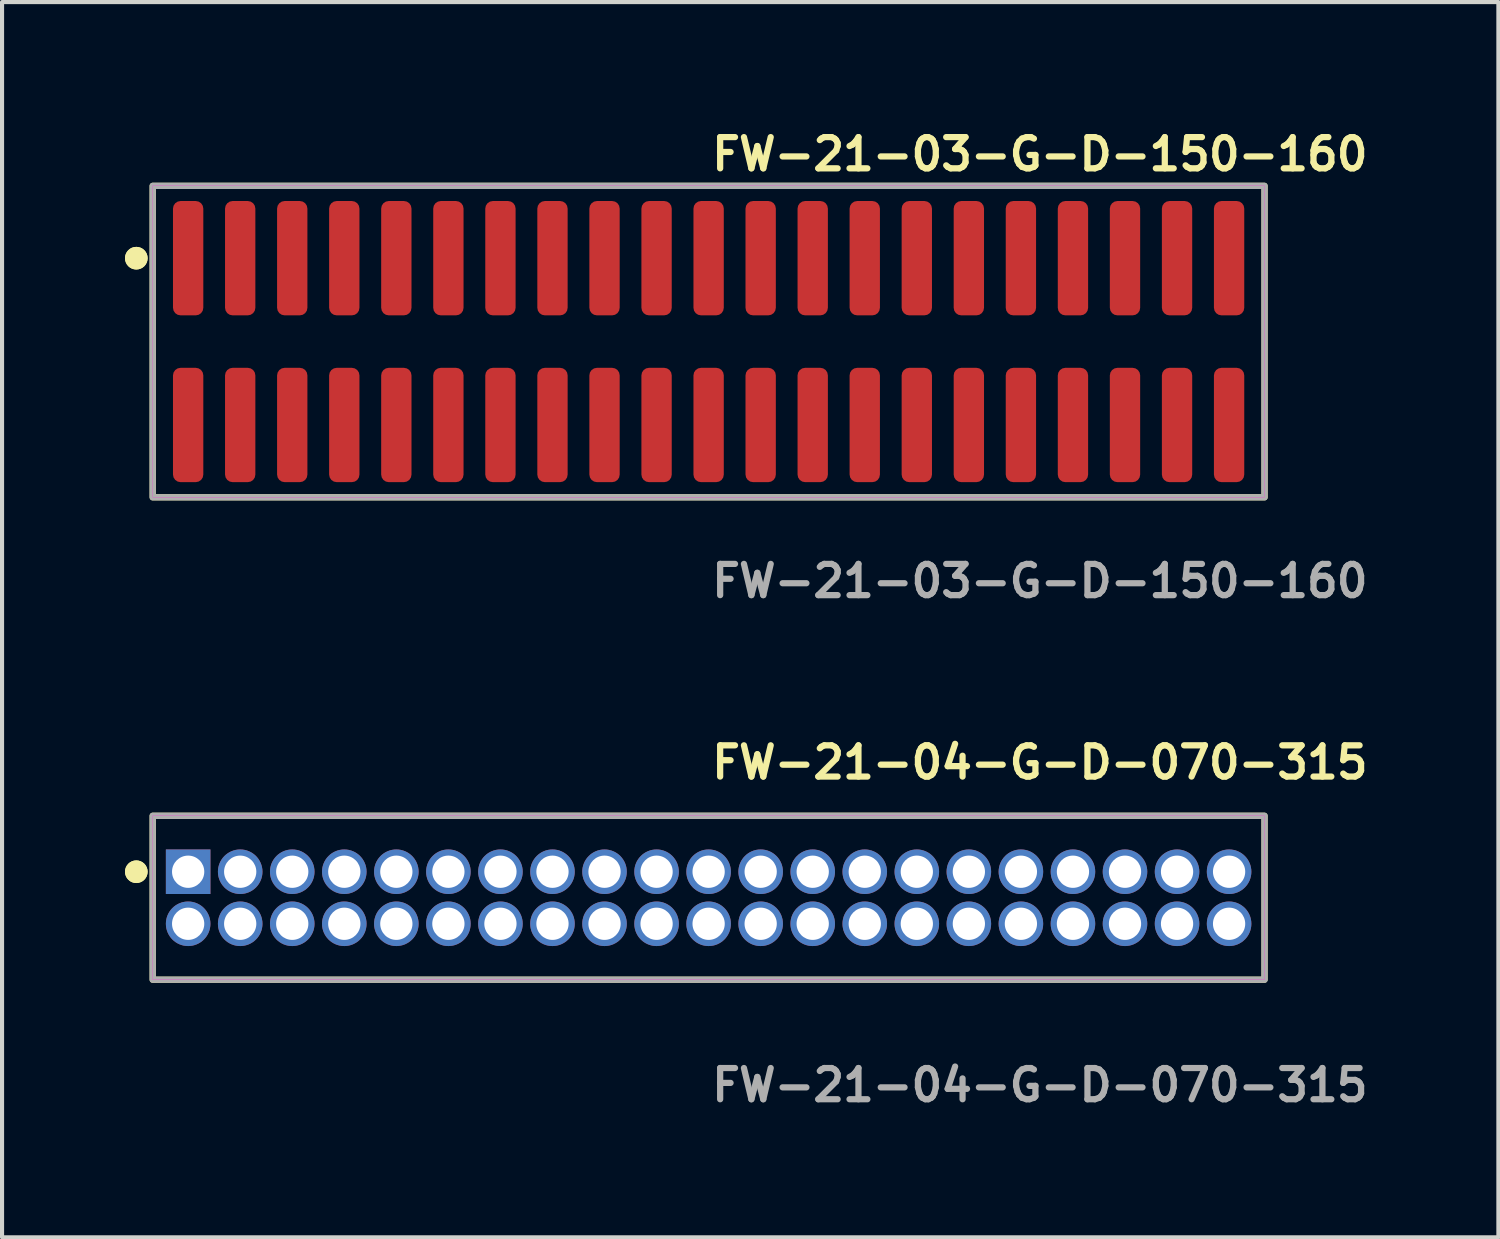
<source format=kicad_pcb>
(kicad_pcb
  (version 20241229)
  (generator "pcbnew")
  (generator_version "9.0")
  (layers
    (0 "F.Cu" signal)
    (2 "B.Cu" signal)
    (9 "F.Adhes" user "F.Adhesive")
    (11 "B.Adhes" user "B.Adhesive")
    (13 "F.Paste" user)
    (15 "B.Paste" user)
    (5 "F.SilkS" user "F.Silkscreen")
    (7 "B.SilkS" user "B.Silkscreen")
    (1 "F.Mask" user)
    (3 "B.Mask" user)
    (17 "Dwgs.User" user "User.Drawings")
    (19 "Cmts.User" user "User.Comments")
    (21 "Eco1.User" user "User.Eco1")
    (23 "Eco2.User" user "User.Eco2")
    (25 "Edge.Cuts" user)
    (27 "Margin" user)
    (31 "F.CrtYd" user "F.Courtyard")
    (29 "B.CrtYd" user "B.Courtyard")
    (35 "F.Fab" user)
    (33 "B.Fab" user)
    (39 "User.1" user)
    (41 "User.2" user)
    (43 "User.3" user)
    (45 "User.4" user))
  (footprint "FW-21-04-G-D-070-315"
    (layer "F.Cu")
    (at 14.241 18.856)
    (property "Reference" "FW-21-04-G-D-070-315" (at 0 -3.302 0) (unlocked yes) (layer "F.SilkS") (effects (font (size 0.762 0.762) (thickness 0.152)) (justify left)))
    (fp_rect (start -13.565 2) (end 13.565 -2) (stroke (width 0.152) (type solid)) (fill no) (layer "F.SilkS"))
    (fp_circle (center -13.965 -0.635) (end -14.165 -0.635) (stroke (width 0.152) (type solid)) (fill yes) (layer "F.SilkS"))
    (fp_circle (center -13.965 -0.635) (end -14.165 -0.635) (stroke (width 0.152) (type solid)) (fill yes) (layer "F.SilkS"))
    (fp_rect (start -13.565 2) (end 13.565 -2) (stroke (width 0.006) (type solid)) (fill no) (layer "F.CrtYd"))
    (fp_rect (start -13.565 2) (end 13.565 -2) (stroke (width 0.152) (type solid)) (fill no) (layer "F.Fab"))
    (fp_text user "${REFERENCE}" (at 0 4.572 0) (unlocked yes) (layer "F.Fab") (effects (font (size 0.762 0.762) (thickness 0.152)) (justify left)))
    (pad "1" thru_hole rect (at -12.7 -0.635) (size 1.087 1.087) (drill 0.787) (layers "*.Cu" "*.Mask"))
    (pad "2" thru_hole circle (at -12.7 0.635) (size 1.087 1.087) (drill 0.787) (layers "*.Cu" "*.Mask"))
    (pad "3" thru_hole circle (at -11.43 -0.635) (size 1.087 1.087) (drill 0.787) (layers "*.Cu" "*.Mask"))
    (pad "4" thru_hole circle (at -11.43 0.635) (size 1.087 1.087) (drill 0.787) (layers "*.Cu" "*.Mask"))
    (pad "5" thru_hole circle (at -10.16 -0.635) (size 1.087 1.087) (drill 0.787) (layers "*.Cu" "*.Mask"))
    (pad "6" thru_hole circle (at -10.16 0.635) (size 1.087 1.087) (drill 0.787) (layers "*.Cu" "*.Mask"))
    (pad "7" thru_hole circle (at -8.89 -0.635) (size 1.087 1.087) (drill 0.787) (layers "*.Cu" "*.Mask"))
    (pad "8" thru_hole circle (at -8.89 0.635) (size 1.087 1.087) (drill 0.787) (layers "*.Cu" "*.Mask"))
    (pad "9" thru_hole circle (at -7.62 -0.635) (size 1.087 1.087) (drill 0.787) (layers "*.Cu" "*.Mask"))
    (pad "10" thru_hole circle (at -7.62 0.635) (size 1.087 1.087) (drill 0.787) (layers "*.Cu" "*.Mask"))
    (pad "11" thru_hole circle (at -6.35 -0.635) (size 1.087 1.087) (drill 0.787) (layers "*.Cu" "*.Mask"))
    (pad "12" thru_hole circle (at -6.35 0.635) (size 1.087 1.087) (drill 0.787) (layers "*.Cu" "*.Mask"))
    (pad "13" thru_hole circle (at -5.08 -0.635) (size 1.087 1.087) (drill 0.787) (layers "*.Cu" "*.Mask"))
    (pad "14" thru_hole circle (at -5.08 0.635) (size 1.087 1.087) (drill 0.787) (layers "*.Cu" "*.Mask"))
    (pad "15" thru_hole circle (at -3.81 -0.635) (size 1.087 1.087) (drill 0.787) (layers "*.Cu" "*.Mask"))
    (pad "16" thru_hole circle (at -3.81 0.635) (size 1.087 1.087) (drill 0.787) (layers "*.Cu" "*.Mask"))
    (pad "17" thru_hole circle (at -2.54 -0.635) (size 1.087 1.087) (drill 0.787) (layers "*.Cu" "*.Mask"))
    (pad "18" thru_hole circle (at -2.54 0.635) (size 1.087 1.087) (drill 0.787) (layers "*.Cu" "*.Mask"))
    (pad "19" thru_hole circle (at -1.27 -0.635) (size 1.087 1.087) (drill 0.787) (layers "*.Cu" "*.Mask"))
    (pad "20" thru_hole circle (at -1.27 0.635) (size 1.087 1.087) (drill 0.787) (layers "*.Cu" "*.Mask"))
    (pad "21" thru_hole circle (at 0 -0.635) (size 1.087 1.087) (drill 0.787) (layers "*.Cu" "*.Mask"))
    (pad "22" thru_hole circle (at 0 0.635) (size 1.087 1.087) (drill 0.787) (layers "*.Cu" "*.Mask"))
    (pad "23" thru_hole circle (at 1.27 -0.635) (size 1.087 1.087) (drill 0.787) (layers "*.Cu" "*.Mask"))
    (pad "24" thru_hole circle (at 1.27 0.635) (size 1.087 1.087) (drill 0.787) (layers "*.Cu" "*.Mask"))
    (pad "25" thru_hole circle (at 2.54 -0.635) (size 1.087 1.087) (drill 0.787) (layers "*.Cu" "*.Mask"))
    (pad "26" thru_hole circle (at 2.54 0.635) (size 1.087 1.087) (drill 0.787) (layers "*.Cu" "*.Mask"))
    (pad "27" thru_hole circle (at 3.81 -0.635) (size 1.087 1.087) (drill 0.787) (layers "*.Cu" "*.Mask"))
    (pad "28" thru_hole circle (at 3.81 0.635) (size 1.087 1.087) (drill 0.787) (layers "*.Cu" "*.Mask"))
    (pad "29" thru_hole circle (at 5.08 -0.635) (size 1.087 1.087) (drill 0.787) (layers "*.Cu" "*.Mask"))
    (pad "30" thru_hole circle (at 5.08 0.635) (size 1.087 1.087) (drill 0.787) (layers "*.Cu" "*.Mask"))
    (pad "31" thru_hole circle (at 6.35 -0.635) (size 1.087 1.087) (drill 0.787) (layers "*.Cu" "*.Mask"))
    (pad "32" thru_hole circle (at 6.35 0.635) (size 1.087 1.087) (drill 0.787) (layers "*.Cu" "*.Mask"))
    (pad "33" thru_hole circle (at 7.62 -0.635) (size 1.087 1.087) (drill 0.787) (layers "*.Cu" "*.Mask"))
    (pad "34" thru_hole circle (at 7.62 0.635) (size 1.087 1.087) (drill 0.787) (layers "*.Cu" "*.Mask"))
    (pad "35" thru_hole circle (at 8.89 -0.635) (size 1.087 1.087) (drill 0.787) (layers "*.Cu" "*.Mask"))
    (pad "36" thru_hole circle (at 8.89 0.635) (size 1.087 1.087) (drill 0.787) (layers "*.Cu" "*.Mask"))
    (pad "37" thru_hole circle (at 10.16 -0.635) (size 1.087 1.087) (drill 0.787) (layers "*.Cu" "*.Mask"))
    (pad "38" thru_hole circle (at 10.16 0.635) (size 1.087 1.087) (drill 0.787) (layers "*.Cu" "*.Mask"))
    (pad "39" thru_hole circle (at 11.43 -0.635) (size 1.087 1.087) (drill 0.787) (layers "*.Cu" "*.Mask"))
    (pad "40" thru_hole circle (at 11.43 0.635) (size 1.087 1.087) (drill 0.787) (layers "*.Cu" "*.Mask"))
    (pad "41" thru_hole circle (at 12.7 -0.635) (size 1.087 1.087) (drill 0.787) (layers "*.Cu" "*.Mask"))
    (pad "42" thru_hole circle (at 12.7 0.635) (size 1.087 1.087) (drill 0.787) (layers "*.Cu" "*.Mask")))
  (footprint "FW-21-03-G-D-150-160"
    (layer "F.Cu")
    (at 14.241 5.285)
    (property "Reference" "FW-21-03-G-D-150-160" (at 0 -4.572 0) (unlocked yes) (layer "F.SilkS") (effects (font (size 0.762 0.762) (thickness 0.152)) (justify left)))
    (fp_rect (start -13.565 3.8) (end 13.565 -3.8) (stroke (width 0.152) (type solid)) (fill no) (layer "F.SilkS"))
    (fp_circle (center -13.965 -2.035) (end -14.165 -2.035) (stroke (width 0.152) (type solid)) (fill yes) (layer "F.SilkS"))
    (fp_circle (center -13.965 -2.035) (end -14.165 -2.035) (stroke (width 0.152) (type solid)) (fill yes) (layer "F.SilkS"))
    (fp_rect (start -13.565 3.8) (end 13.565 -3.8) (stroke (width 0.006) (type solid)) (fill no) (layer "F.CrtYd"))
    (fp_rect (start -13.565 3.8) (end 13.565 -3.8) (stroke (width 0.152) (type solid)) (fill no) (layer "F.Fab"))
    (fp_text user "${REFERENCE}" (at 0 5.842 0) (unlocked yes) (layer "F.Fab") (effects (font (size 0.762 0.762) (thickness 0.152)) (justify left)))
    (pad "1" smd roundrect (at -12.7 -2.035) (size 0.74 2.79) (layers "F.Cu" "F.Paste") (roundrect_rratio 0.25))
    (pad "2" smd roundrect (at -12.7 2.035) (size 0.74 2.79) (layers "F.Cu" "F.Paste") (roundrect_rratio 0.25))
    (pad "3" smd roundrect (at -11.43 -2.035) (size 0.74 2.79) (layers "F.Cu" "F.Paste") (roundrect_rratio 0.25))
    (pad "4" smd roundrect (at -11.43 2.035) (size 0.74 2.79) (layers "F.Cu" "F.Paste") (roundrect_rratio 0.25))
    (pad "5" smd roundrect (at -10.16 -2.035) (size 0.74 2.79) (layers "F.Cu" "F.Paste") (roundrect_rratio 0.25))
    (pad "6" smd roundrect (at -10.16 2.035) (size 0.74 2.79) (layers "F.Cu" "F.Paste") (roundrect_rratio 0.25))
    (pad "7" smd roundrect (at -8.89 -2.035) (size 0.74 2.79) (layers "F.Cu" "F.Paste") (roundrect_rratio 0.25))
    (pad "8" smd roundrect (at -8.89 2.035) (size 0.74 2.79) (layers "F.Cu" "F.Paste") (roundrect_rratio 0.25))
    (pad "9" smd roundrect (at -7.62 -2.035) (size 0.74 2.79) (layers "F.Cu" "F.Paste") (roundrect_rratio 0.25))
    (pad "10" smd roundrect (at -7.62 2.035) (size 0.74 2.79) (layers "F.Cu" "F.Paste") (roundrect_rratio 0.25))
    (pad "11" smd roundrect (at -6.35 -2.035) (size 0.74 2.79) (layers "F.Cu" "F.Paste") (roundrect_rratio 0.25))
    (pad "12" smd roundrect (at -6.35 2.035) (size 0.74 2.79) (layers "F.Cu" "F.Paste") (roundrect_rratio 0.25))
    (pad "13" smd roundrect (at -5.08 -2.035) (size 0.74 2.79) (layers "F.Cu" "F.Paste") (roundrect_rratio 0.25))
    (pad "14" smd roundrect (at -5.08 2.035) (size 0.74 2.79) (layers "F.Cu" "F.Paste") (roundrect_rratio 0.25))
    (pad "15" smd roundrect (at -3.81 -2.035) (size 0.74 2.79) (layers "F.Cu" "F.Paste") (roundrect_rratio 0.25))
    (pad "16" smd roundrect (at -3.81 2.035) (size 0.74 2.79) (layers "F.Cu" "F.Paste") (roundrect_rratio 0.25))
    (pad "17" smd roundrect (at -2.54 -2.035) (size 0.74 2.79) (layers "F.Cu" "F.Paste") (roundrect_rratio 0.25))
    (pad "18" smd roundrect (at -2.54 2.035) (size 0.74 2.79) (layers "F.Cu" "F.Paste") (roundrect_rratio 0.25))
    (pad "19" smd roundrect (at -1.27 -2.035) (size 0.74 2.79) (layers "F.Cu" "F.Paste") (roundrect_rratio 0.25))
    (pad "20" smd roundrect (at -1.27 2.035) (size 0.74 2.79) (layers "F.Cu" "F.Paste") (roundrect_rratio 0.25))
    (pad "21" smd roundrect (at 0 -2.035) (size 0.74 2.79) (layers "F.Cu" "F.Paste") (roundrect_rratio 0.25))
    (pad "22" smd roundrect (at 0 2.035) (size 0.74 2.79) (layers "F.Cu" "F.Paste") (roundrect_rratio 0.25))
    (pad "23" smd roundrect (at 1.27 -2.035) (size 0.74 2.79) (layers "F.Cu" "F.Paste") (roundrect_rratio 0.25))
    (pad "24" smd roundrect (at 1.27 2.035) (size 0.74 2.79) (layers "F.Cu" "F.Paste") (roundrect_rratio 0.25))
    (pad "25" smd roundrect (at 2.54 -2.035) (size 0.74 2.79) (layers "F.Cu" "F.Paste") (roundrect_rratio 0.25))
    (pad "26" smd roundrect (at 2.54 2.035) (size 0.74 2.79) (layers "F.Cu" "F.Paste") (roundrect_rratio 0.25))
    (pad "27" smd roundrect (at 3.81 -2.035) (size 0.74 2.79) (layers "F.Cu" "F.Paste") (roundrect_rratio 0.25))
    (pad "28" smd roundrect (at 3.81 2.035) (size 0.74 2.79) (layers "F.Cu" "F.Paste") (roundrect_rratio 0.25))
    (pad "29" smd roundrect (at 5.08 -2.035) (size 0.74 2.79) (layers "F.Cu" "F.Paste") (roundrect_rratio 0.25))
    (pad "30" smd roundrect (at 5.08 2.035) (size 0.74 2.79) (layers "F.Cu" "F.Paste") (roundrect_rratio 0.25))
    (pad "31" smd roundrect (at 6.35 -2.035) (size 0.74 2.79) (layers "F.Cu" "F.Paste") (roundrect_rratio 0.25))
    (pad "32" smd roundrect (at 6.35 2.035) (size 0.74 2.79) (layers "F.Cu" "F.Paste") (roundrect_rratio 0.25))
    (pad "33" smd roundrect (at 7.62 -2.035) (size 0.74 2.79) (layers "F.Cu" "F.Paste") (roundrect_rratio 0.25))
    (pad "34" smd roundrect (at 7.62 2.035) (size 0.74 2.79) (layers "F.Cu" "F.Paste") (roundrect_rratio 0.25))
    (pad "35" smd roundrect (at 8.89 -2.035) (size 0.74 2.79) (layers "F.Cu" "F.Paste") (roundrect_rratio 0.25))
    (pad "36" smd roundrect (at 8.89 2.035) (size 0.74 2.79) (layers "F.Cu" "F.Paste") (roundrect_rratio 0.25))
    (pad "37" smd roundrect (at 10.16 -2.035) (size 0.74 2.79) (layers "F.Cu" "F.Paste") (roundrect_rratio 0.25))
    (pad "38" smd roundrect (at 10.16 2.035) (size 0.74 2.79) (layers "F.Cu" "F.Paste") (roundrect_rratio 0.25))
    (pad "39" smd roundrect (at 11.43 -2.035) (size 0.74 2.79) (layers "F.Cu" "F.Paste") (roundrect_rratio 0.25))
    (pad "40" smd roundrect (at 11.43 2.035) (size 0.74 2.79) (layers "F.Cu" "F.Paste") (roundrect_rratio 0.25))
    (pad "41" smd roundrect (at 12.7 -2.035) (size 0.74 2.79) (layers "F.Cu" "F.Paste") (roundrect_rratio 0.25))
    (pad "42" smd roundrect (at 12.7 2.035) (size 0.74 2.79) (layers "F.Cu" "F.Paste") (roundrect_rratio 0.25)))
  (gr_rect
    (start -3 -3)
    (end 33.512 27.141)
    (stroke (width 0.1) (type default))
    (fill no)
    (layer "Edge.Cuts")))
</source>
